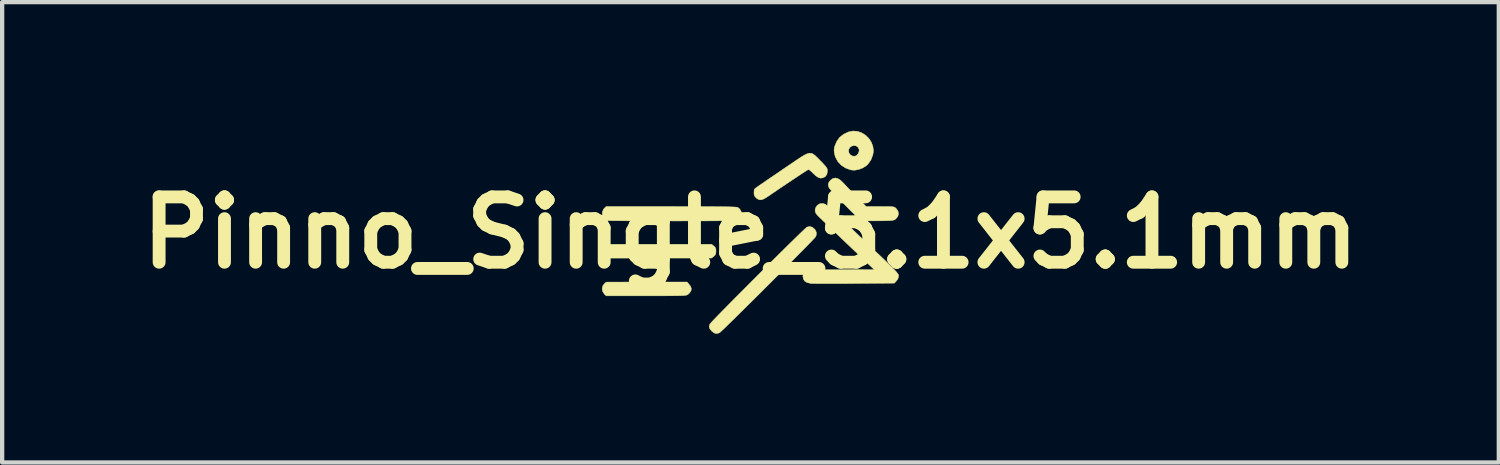
<source format=kicad_pcb>
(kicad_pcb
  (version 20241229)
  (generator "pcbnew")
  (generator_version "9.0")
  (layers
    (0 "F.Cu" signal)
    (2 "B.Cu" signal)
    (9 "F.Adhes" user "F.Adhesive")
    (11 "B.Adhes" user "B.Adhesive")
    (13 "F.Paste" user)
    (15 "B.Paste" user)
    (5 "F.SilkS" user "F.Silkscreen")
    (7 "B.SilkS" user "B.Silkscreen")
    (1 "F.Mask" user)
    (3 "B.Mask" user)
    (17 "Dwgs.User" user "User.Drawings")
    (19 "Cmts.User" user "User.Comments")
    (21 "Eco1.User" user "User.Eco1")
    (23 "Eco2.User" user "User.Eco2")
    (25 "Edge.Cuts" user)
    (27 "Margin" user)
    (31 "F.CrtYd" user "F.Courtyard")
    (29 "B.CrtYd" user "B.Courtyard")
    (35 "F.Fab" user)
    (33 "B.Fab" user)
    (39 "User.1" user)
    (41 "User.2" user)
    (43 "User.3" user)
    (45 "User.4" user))
  (footprint "Pinno_Single_5.1x5.1mm"
    (layer "F.Cu")
    (at 14.449 2.375)
    (property "Reference" "Pinno_Single_5.1x5.1mm" (at 0 0 0) (layer "F.SilkS") (effects (font (size 1.524 1.524) (thickness 0.3))))
    (attr through_hole)
    (fp_poly (pts (xy -2.134 0.271) (xy -0.906 0.271) (xy -0.855 0.312) (xy -0.823 0.343) (xy -0.808 0.378) (xy -0.804 0.431) (xy -0.804 0.432) (xy -0.808 0.485) (xy -0.823 0.52) (xy -0.855 0.552) (xy -0.855 0.552) (xy -0.906 0.592) (xy -3.365 0.593) (xy -3.41 0.548) (xy -3.448 0.489) (xy -3.459 0.422) (xy -3.443 0.357) (xy -3.406 0.31) (xy -3.361 0.271) (xy -2.134 0.271)) (stroke (width 0.01) (type solid)) (fill yes) (layer "F.SilkS"))
    (fp_poly (pts (xy -1.444 1.19) (xy -1.399 1.248) (xy -1.38 1.298) (xy -1.385 1.346) (xy -1.389 1.357) (xy -1.419 1.403) (xy -1.457 1.44) (xy -1.468 1.447) (xy -1.482 1.453) (xy -1.5 1.458) (xy -1.526 1.462) (xy -1.563 1.466) (xy -1.614 1.468) (xy -1.68 1.47) (xy -1.766 1.471) (xy -1.873 1.472) (xy -2.004 1.473) (xy -2.163 1.473) (xy -2.352 1.473) (xy -2.434 1.473) (xy -3.365 1.473) (xy -3.41 1.429) (xy -3.448 1.369) (xy -3.459 1.303) (xy -3.443 1.238) (xy -3.406 1.19) (xy -3.361 1.152) (xy -2.42 1.151) (xy -1.479 1.151) (xy -1.444 1.19)) (stroke (width 0.01) (type solid)) (fill yes) (layer "F.SilkS"))
    (fp_poly (pts (xy 2.495 -2.362) (xy 2.594 -2.328) (xy 2.683 -2.272) (xy 2.76 -2.197) (xy 2.818 -2.108) (xy 2.855 -2.009) (xy 2.867 -1.903) (xy 2.854 -1.815) (xy 2.808 -1.696) (xy 2.741 -1.6) (xy 2.708 -1.567) (xy 2.622 -1.511) (xy 2.524 -1.473) (xy 2.425 -1.456) (xy 2.345 -1.462) (xy 2.224 -1.504) (xy 2.121 -1.569) (xy 2.039 -1.655) (xy 1.983 -1.757) (xy 1.973 -1.786) (xy 1.954 -1.866) (xy 1.951 -1.903) (xy 2.286 -1.903) (xy 2.3 -1.85) (xy 2.336 -1.809) (xy 2.385 -1.785) (xy 2.437 -1.783) (xy 2.474 -1.8) (xy 2.515 -1.848) (xy 2.534 -1.906) (xy 2.532 -1.944) (xy 2.505 -1.995) (xy 2.463 -2.023) (xy 2.412 -2.031) (xy 2.361 -2.019) (xy 2.318 -1.988) (xy 2.291 -1.941) (xy 2.286 -1.903) (xy 1.951 -1.903) (xy 1.949 -1.929) (xy 1.957 -1.989) (xy 1.965 -2.017) (xy 2.015 -2.134) (xy 2.083 -2.226) (xy 2.175 -2.297) (xy 2.286 -2.349) (xy 2.391 -2.37) (xy 2.495 -2.362)) (stroke (width 0.01) (type solid)) (fill yes) (layer "F.SilkS"))
    (fp_poly (pts (xy -1.564 -0.609) (xy -1.308 -0.609) (xy -1.083 -0.608) (xy -0.889 -0.607) (xy -0.725 -0.606) (xy -0.589 -0.604) (xy -0.48 -0.602) (xy -0.398 -0.599) (xy -0.341 -0.596) (xy -0.307 -0.593) (xy -0.299 -0.591) (xy -0.253 -0.554) (xy -0.22 -0.5) (xy -0.207 -0.442) (xy -0.21 -0.416) (xy -0.24 -0.358) (xy -0.293 -0.309) (xy -0.356 -0.282) (xy -0.358 -0.281) (xy -0.382 -0.28) (xy -0.437 -0.279) (xy -0.52 -0.278) (xy -0.627 -0.277) (xy -0.756 -0.276) (xy -0.904 -0.275) (xy -1.067 -0.274) (xy -1.243 -0.274) (xy -1.429 -0.274) (xy -1.621 -0.273) (xy -1.816 -0.273) (xy -2.012 -0.274) (xy -2.206 -0.274) (xy -2.393 -0.274) (xy -2.572 -0.275) (xy -2.739 -0.275) (xy -2.892 -0.276) (xy -3.026 -0.277) (xy -3.14 -0.278) (xy -3.229 -0.279) (xy -3.292 -0.281) (xy -3.325 -0.282) (xy -3.328 -0.282) (xy -3.39 -0.31) (xy -3.433 -0.358) (xy -3.455 -0.42) (xy -3.453 -0.485) (xy -3.426 -0.547) (xy -3.41 -0.565) (xy -3.365 -0.61) (xy -1.853 -0.61) (xy -1.564 -0.609)) (stroke (width 0.01) (type solid)) (fill yes) (layer "F.SilkS"))
    (fp_poly (pts (xy 2.035 -1.262) (xy 2.098 -1.223) (xy 2.169 -1.155) (xy 2.183 -1.14) (xy 2.226 -1.094) (xy 2.286 -1.031) (xy 2.358 -0.956) (xy 2.434 -0.877) (xy 2.485 -0.826) (xy 2.696 -0.61) (xy 3.022 -0.61) (xy 3.135 -0.609) (xy 3.219 -0.609) (xy 3.279 -0.607) (xy 3.32 -0.603) (xy 3.348 -0.597) (xy 3.368 -0.588) (xy 3.384 -0.576) (xy 3.392 -0.569) (xy 3.438 -0.507) (xy 3.452 -0.441) (xy 3.435 -0.377) (xy 3.388 -0.32) (xy 3.381 -0.315) (xy 3.363 -0.303) (xy 3.342 -0.294) (xy 3.314 -0.288) (xy 3.272 -0.283) (xy 3.214 -0.28) (xy 3.133 -0.278) (xy 3.025 -0.276) (xy 2.974 -0.276) (xy 2.848 -0.275) (xy 2.751 -0.275) (xy 2.68 -0.277) (xy 2.628 -0.281) (xy 2.593 -0.287) (xy 2.569 -0.296) (xy 2.568 -0.297) (xy 2.543 -0.316) (xy 2.498 -0.355) (xy 2.439 -0.412) (xy 2.367 -0.482) (xy 2.288 -0.561) (xy 2.205 -0.645) (xy 2.122 -0.73) (xy 2.042 -0.813) (xy 1.97 -0.889) (xy 1.91 -0.954) (xy 1.864 -1.005) (xy 1.838 -1.038) (xy 1.834 -1.044) (xy 1.817 -1.088) (xy 1.812 -1.12) (xy 1.827 -1.172) (xy 1.865 -1.223) (xy 1.917 -1.26) (xy 1.924 -1.264) (xy 1.979 -1.275) (xy 2.035 -1.262)) (stroke (width 0.01) (type solid)) (fill yes) (layer "F.SilkS"))
    (fp_poly (pts (xy 1.422 -1.85) (xy 1.465 -1.831) (xy 1.511 -1.795) (xy 1.563 -1.745) (xy 1.627 -1.679) (xy 1.628 -1.679) (xy 1.694 -1.61) (xy 1.74 -1.56) (xy 1.769 -1.523) (xy 1.786 -1.494) (xy 1.793 -1.468) (xy 1.795 -1.439) (xy 1.795 -1.434) (xy 1.781 -1.36) (xy 1.743 -1.306) (xy 1.684 -1.277) (xy 1.632 -1.272) (xy 1.581 -1.287) (xy 1.525 -1.325) (xy 1.465 -1.38) (xy 1.419 -1.425) (xy 1.38 -1.457) (xy 1.357 -1.473) (xy 1.354 -1.473) (xy 1.341 -1.467) (xy 1.311 -1.45) (xy 1.263 -1.419) (xy 1.195 -1.375) (xy 1.106 -1.316) (xy 0.995 -1.242) (xy 0.86 -1.152) (xy 0.701 -1.045) (xy 0.516 -0.919) (xy 0.392 -0.835) (xy 0.314 -0.788) (xy 0.253 -0.766) (xy 0.202 -0.768) (xy 0.153 -0.793) (xy 0.135 -0.809) (xy 0.098 -0.85) (xy 0.083 -0.896) (xy 0.082 -0.926) (xy 0.084 -0.974) (xy 0.089 -1.008) (xy 0.092 -1.014) (xy 0.098 -1.02) (xy 0.111 -1.032) (xy 0.135 -1.049) (xy 0.17 -1.075) (xy 0.218 -1.109) (xy 0.283 -1.153) (xy 0.364 -1.209) (xy 0.466 -1.279) (xy 0.589 -1.362) (xy 0.735 -1.462) (xy 0.907 -1.579) (xy 0.965 -1.618) (xy 1.087 -1.701) (xy 1.184 -1.765) (xy 1.262 -1.812) (xy 1.325 -1.841) (xy 1.376 -1.854) (xy 1.422 -1.85)) (stroke (width 0.01) (type solid)) (fill yes) (layer "F.SilkS"))
    (fp_poly (pts (xy 1.444 -0.126) (xy 1.5 -0.078) (xy 1.508 -0.067) (xy 1.537 -0.006) (xy 1.534 0.056) (xy 1.517 0.098) (xy 1.501 0.117) (xy 1.464 0.157) (xy 1.406 0.217) (xy 1.331 0.295) (xy 1.24 0.388) (xy 1.135 0.494) (xy 1.019 0.612) (xy 0.893 0.739) (xy 0.76 0.873) (xy 0.621 1.012) (xy 0.479 1.154) (xy 0.336 1.297) (xy 0.194 1.439) (xy 0.055 1.577) (xy -0.08 1.71) (xy -0.207 1.836) (xy -0.325 1.952) (xy -0.431 2.057) (xy -0.525 2.148) (xy -0.602 2.224) (xy -0.663 2.281) (xy -0.704 2.319) (xy -0.723 2.335) (xy -0.723 2.335) (xy -0.785 2.353) (xy -0.844 2.34) (xy -0.904 2.295) (xy -0.905 2.294) (xy -0.949 2.24) (xy -0.964 2.193) (xy -0.951 2.142) (xy -0.944 2.129) (xy -0.928 2.109) (xy -0.889 2.067) (xy -0.831 2.006) (xy -0.755 1.927) (xy -0.663 1.833) (xy -0.558 1.726) (xy -0.441 1.607) (xy -0.314 1.479) (xy -0.18 1.345) (xy -0.041 1.205) (xy 0.102 1.062) (xy 0.246 0.918) (xy 0.389 0.775) (xy 0.529 0.636) (xy 0.664 0.502) (xy 0.792 0.376) (xy 0.911 0.258) (xy 1.019 0.153) (xy 1.113 0.061) (xy 1.192 -0.015) (xy 1.254 -0.074) (xy 1.296 -0.113) (xy 1.316 -0.129) (xy 1.317 -0.13) (xy 1.382 -0.144) (xy 1.444 -0.126)) (stroke (width 0.01) (type solid)) (fill yes) (layer "F.SilkS"))
    (fp_poly (pts (xy 1.7 -0.678) (xy 1.749 -0.66) (xy 1.803 -0.618) (xy 1.804 -0.617) (xy 1.856 -0.569) (xy 1.925 -0.505) (xy 2.005 -0.431) (xy 2.091 -0.35) (xy 2.176 -0.27) (xy 2.255 -0.195) (xy 2.322 -0.131) (xy 2.371 -0.084) (xy 2.379 -0.076) (xy 2.415 -0.041) (xy 2.472 0.014) (xy 2.544 0.083) (xy 2.627 0.162) (xy 2.716 0.247) (xy 2.777 0.305) (xy 2.923 0.444) (xy 3.047 0.562) (xy 3.15 0.661) (xy 3.234 0.743) (xy 3.301 0.809) (xy 3.353 0.862) (xy 3.392 0.904) (xy 3.419 0.936) (xy 3.438 0.961) (xy 3.448 0.98) (xy 3.453 0.997) (xy 3.454 1.011) (xy 3.454 1.012) (xy 3.438 1.075) (xy 3.405 1.122) (xy 3.356 1.177) (xy 2.417 1.185) (xy 2.239 1.187) (xy 2.07 1.188) (xy 1.912 1.188) (xy 1.769 1.188) (xy 1.645 1.188) (xy 1.542 1.187) (xy 1.465 1.186) (xy 1.416 1.184) (xy 1.402 1.183) (xy 1.32 1.163) (xy 1.265 1.129) (xy 1.237 1.088) (xy 1.221 1.016) (xy 1.236 0.948) (xy 1.279 0.891) (xy 1.285 0.885) (xy 1.301 0.88) (xy 1.335 0.876) (xy 1.388 0.872) (xy 1.465 0.869) (xy 1.565 0.867) (xy 1.693 0.865) (xy 1.849 0.864) (xy 2.036 0.864) (xy 2.1 0.864) (xy 2.887 0.863) (xy 2.752 0.734) (xy 2.539 0.531) (xy 2.351 0.352) (xy 2.186 0.195) (xy 2.045 0.06) (xy 1.926 -0.054) (xy 1.83 -0.146) (xy 1.759 -0.215) (xy 1.692 -0.278) (xy 1.636 -0.332) (xy 1.596 -0.371) (xy 1.583 -0.383) (xy 1.53 -0.443) (xy 1.507 -0.497) (xy 1.51 -0.552) (xy 1.518 -0.578) (xy 1.558 -0.639) (xy 1.615 -0.673) (xy 1.643 -0.679) (xy 1.7 -0.678)) (stroke (width 0.01) (type solid)) (fill yes) (layer "F.SilkS")))
  (gr_rect
    (start -3 -3)
    (end 31.898 7.733)
    (stroke (width 0.1) (type default))
    (fill no)
    (layer "Edge.Cuts")))
</source>
